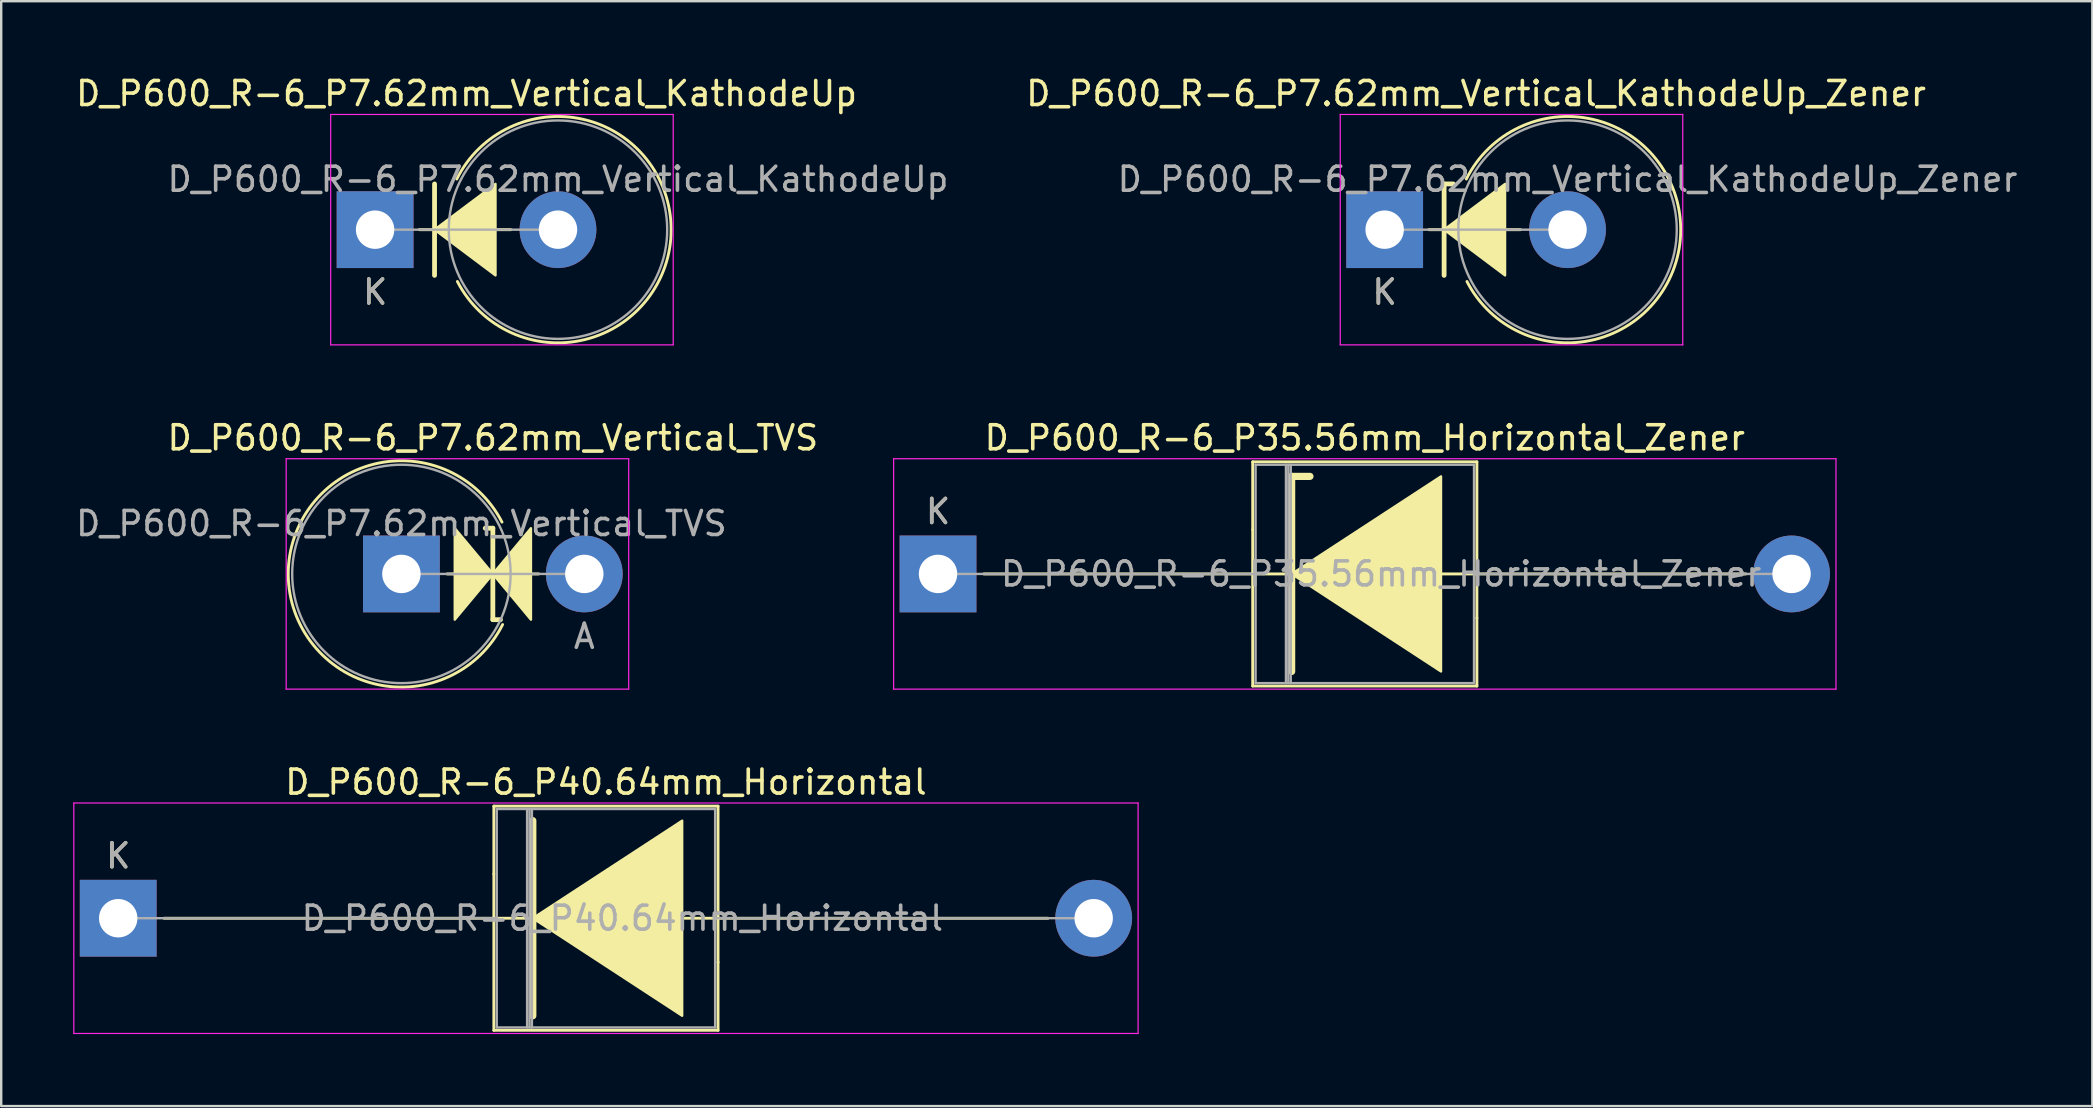
<source format=kicad_pcb>
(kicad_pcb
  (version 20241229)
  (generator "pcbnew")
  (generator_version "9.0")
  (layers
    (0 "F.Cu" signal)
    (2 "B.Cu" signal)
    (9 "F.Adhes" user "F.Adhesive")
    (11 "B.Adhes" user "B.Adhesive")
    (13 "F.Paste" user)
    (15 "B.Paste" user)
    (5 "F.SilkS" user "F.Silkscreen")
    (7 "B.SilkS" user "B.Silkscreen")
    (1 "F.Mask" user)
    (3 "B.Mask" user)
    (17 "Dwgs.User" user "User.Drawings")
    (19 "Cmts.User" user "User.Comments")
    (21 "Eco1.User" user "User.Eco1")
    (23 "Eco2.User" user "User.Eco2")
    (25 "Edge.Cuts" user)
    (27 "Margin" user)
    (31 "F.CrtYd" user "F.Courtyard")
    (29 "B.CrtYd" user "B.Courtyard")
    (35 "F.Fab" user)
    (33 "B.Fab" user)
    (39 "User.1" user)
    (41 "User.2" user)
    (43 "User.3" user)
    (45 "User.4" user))
  (footprint "D_P600_R-6_P7.62mm_Vertical_TVS"
    (layer "F.Cu")
    (at 13.673 20.861)
    (property "Reference" "D_P600_R-6_P7.62mm_Vertical_TVS" (at 3.81 -5.67 0) (layer "F.SilkS") (effects (font (size 1 1) (thickness 0.15))))
    (attr through_hole)
    (fp_line (start 1.905 0) (end 5.72 0) (stroke (width 0.12) (type solid)) (layer "F.SilkS"))
    (fp_line (start 3.493 -1.905) (end 3.81 -1.905) (stroke (width 0.2) (type solid)) (layer "F.SilkS"))
    (fp_line (start 3.81 -1.905) (end 3.81 1.905) (stroke (width 0.2) (type solid)) (layer "F.SilkS"))
    (fp_line (start 3.81 1.905) (end 4.128 1.905) (stroke (width 0.2) (type solid)) (layer "F.SilkS"))
    (fp_arc (start 4.216705 2.108353) (mid -4.714334 0.028398) (end 4.190999 -2.158999) (stroke (width 0.12) (type solid)) (layer "F.SilkS"))
    (fp_poly (pts (xy 2.223 -1.905) (xy 3.81 0) (xy 2.223 1.905)) (stroke (width 0.1) (type solid)) (fill yes) (layer "F.SilkS"))
    (fp_poly (pts (xy 5.397 1.905) (xy 3.81 0) (xy 5.397 -1.905)) (stroke (width 0.1) (type solid)) (fill yes) (layer "F.SilkS"))
    (fp_line (start -4.8 -4.8) (end -4.8 4.8) (stroke (width 0.05) (type solid)) (layer "F.CrtYd"))
    (fp_line (start -4.8 4.8) (end 9.47 4.8) (stroke (width 0.05) (type solid)) (layer "F.CrtYd"))
    (fp_line (start 9.47 -4.8) (end -4.8 -4.8) (stroke (width 0.05) (type solid)) (layer "F.CrtYd"))
    (fp_line (start 9.47 4.8) (end 9.47 -4.8) (stroke (width 0.05) (type solid)) (layer "F.CrtYd"))
    (fp_line (start 0 0) (end 7.62 0) (stroke (width 0.1) (type solid)) (layer "F.Fab"))
    (fp_circle (center 0 0) (end 4.55 0) (stroke (width 0.1) (type solid)) (fill no) (layer "F.Fab"))
    (fp_text user "A" (at 7.62 2.6 0) (layer "F.Fab") (effects (font (size 1 1) (thickness 0.15))))
    (fp_text user "${REFERENCE}" (at 0 -2.1 0) (layer "F.Fab") (effects (font (size 1 1) (thickness 0.15))))
    (pad "1" thru_hole rect (at 0 0) (size 3.2 3.2) (drill 1.6) (layers "*.Cu" "*.Mask"))
    (pad "2" thru_hole oval (at 7.62 0) (size 3.2 3.2) (drill 1.6) (layers "*.Cu" "*.Mask")))
  (footprint "D_P600_R-6_P7.62mm_Vertical_KathodeUp"
    (layer "F.Cu")
    (at 12.577 6.518)
    (property "Reference" "D_P600_R-6_P7.62mm_Vertical_KathodeUp" (at 3.81 -5.67 0) (layer "F.SilkS") (effects (font (size 1 1) (thickness 0.15))))
    (attr through_hole)
    (fp_line (start 1.841 0) (end 5.657 0) (stroke (width 0.12) (type solid)) (layer "F.SilkS"))
    (fp_line (start 2.477 -1.905) (end 2.477 1.905) (stroke (width 0.2) (type solid)) (layer "F.SilkS"))
    (fp_arc (start 3.403294 -2.108352) (mid 12.334333 -0.028397) (end 3.429 2.159) (stroke (width 0.12) (type solid)) (layer "F.SilkS"))
    (fp_poly (pts (xy 5.016 1.905) (xy 2.477 0) (xy 5.016 -1.905)) (stroke (width 0.1) (type solid)) (fill yes) (layer "F.SilkS"))
    (fp_line (start -1.85 -4.8) (end -1.85 4.8) (stroke (width 0.05) (type solid)) (layer "F.CrtYd"))
    (fp_line (start -1.85 4.8) (end 12.42 4.8) (stroke (width 0.05) (type solid)) (layer "F.CrtYd"))
    (fp_line (start 12.42 -4.8) (end -1.85 -4.8) (stroke (width 0.05) (type solid)) (layer "F.CrtYd"))
    (fp_line (start 12.42 4.8) (end 12.42 -4.8) (stroke (width 0.05) (type solid)) (layer "F.CrtYd"))
    (fp_line (start 0 0) (end 7.62 0) (stroke (width 0.1) (type solid)) (layer "F.Fab"))
    (fp_circle (center 7.62 0) (end 12.17 0) (stroke (width 0.1) (type solid)) (fill no) (layer "F.Fab"))
    (fp_text user "K" (at 0 2.6 0) (layer "F.SilkS") (effects (font (size 1 1) (thickness 0.15))))
    (fp_text user "${REFERENCE}" (at 7.62 -2.1 0) (layer "F.Fab") (effects (font (size 1 1) (thickness 0.15))))
    (fp_text user "K" (at 0 2.6 0) (layer "F.Fab") (effects (font (size 1 1) (thickness 0.15))))
    (pad "1" thru_hole rect (at 0 0) (size 3.2 3.2) (drill 1.6) (layers "*.Cu" "*.Mask"))
    (pad "2" thru_hole oval (at 7.62 0) (size 3.2 3.2) (drill 1.6) (layers "*.Cu" "*.Mask")))
  (footprint "D_P600_R-6_P35.56mm_Horizontal_Zener"
    (layer "F.Cu")
    (at 36.03 20.861)
    (property "Reference" "D_P600_R-6_P35.56mm_Horizontal_Zener" (at 17.78 -5.67 0) (layer "F.SilkS") (effects (font (size 1 1) (thickness 0.15))))
    (attr through_hole)
    (fp_line (start 13.11 -4.67) (end 22.45 -4.67) (stroke (width 0.12) (type solid)) (layer "F.SilkS"))
    (fp_line (start 13.11 -1.84) (end 13.11 -4.67) (stroke (width 0.12) (type solid)) (layer "F.SilkS"))
    (fp_line (start 13.11 -1.84) (end 13.11 4.67) (stroke (width 0.12) (type solid)) (layer "F.SilkS"))
    (fp_line (start 13.11 4.67) (end 22.45 4.67) (stroke (width 0.12) (type solid)) (layer "F.SilkS"))
    (fp_line (start 14.605 0) (end 1.905 0) (stroke (width 0.12) (type solid)) (layer "F.SilkS"))
    (fp_line (start 14.732 -4.064) (end 14.732 4.064) (stroke (width 0.3) (type solid)) (layer "F.SilkS"))
    (fp_line (start 14.732 -4.064) (end 15.494 -4.064) (stroke (width 0.3) (type solid)) (layer "F.SilkS"))
    (fp_line (start 20.828 0) (end 33.655 0) (stroke (width 0.12) (type solid)) (layer "F.SilkS"))
    (fp_line (start 22.45 -4.67) (end 22.45 1.84) (stroke (width 0.12) (type solid)) (layer "F.SilkS"))
    (fp_line (start 22.45 4.67) (end 22.45 1.84) (stroke (width 0.12) (type solid)) (layer "F.SilkS"))
    (fp_poly (pts (xy 20.955 4.064) (xy 14.732 0) (xy 20.955 -4.064)) (stroke (width 0.1) (type solid)) (fill yes) (layer "F.SilkS"))
    (fp_line (start -1.85 -4.8) (end -1.85 4.8) (stroke (width 0.05) (type solid)) (layer "F.CrtYd"))
    (fp_line (start -1.85 4.8) (end 37.41 4.8) (stroke (width 0.05) (type solid)) (layer "F.CrtYd"))
    (fp_line (start 37.41 -4.8) (end -1.85 -4.8) (stroke (width 0.05) (type solid)) (layer "F.CrtYd"))
    (fp_line (start 37.41 4.8) (end 37.41 -4.8) (stroke (width 0.05) (type solid)) (layer "F.CrtYd"))
    (fp_line (start 0 0) (end 13.23 0) (stroke (width 0.1) (type solid)) (layer "F.Fab"))
    (fp_line (start 13.23 -4.55) (end 13.23 4.55) (stroke (width 0.1) (type solid)) (layer "F.Fab"))
    (fp_line (start 13.23 4.55) (end 22.33 4.55) (stroke (width 0.1) (type solid)) (layer "F.Fab"))
    (fp_line (start 14.495 -4.55) (end 14.495 4.55) (stroke (width 0.1) (type solid)) (layer "F.Fab"))
    (fp_line (start 14.595 -4.55) (end 14.595 4.55) (stroke (width 0.1) (type solid)) (layer "F.Fab"))
    (fp_line (start 14.695 -4.55) (end 14.695 4.55) (stroke (width 0.1) (type solid)) (layer "F.Fab"))
    (fp_line (start 22.33 -4.55) (end 13.23 -4.55) (stroke (width 0.1) (type solid)) (layer "F.Fab"))
    (fp_line (start 22.33 4.55) (end 22.33 -4.55) (stroke (width 0.1) (type solid)) (layer "F.Fab"))
    (fp_line (start 35.56 0) (end 22.33 0) (stroke (width 0.1) (type solid)) (layer "F.Fab"))
    (fp_text user "K" (at 0 -2.6 0) (layer "F.SilkS") (effects (font (size 1 1) (thickness 0.15))))
    (fp_text user "${REFERENCE}" (at 18.462 0 0) (layer "F.Fab") (effects (font (size 1 1) (thickness 0.15))))
    (fp_text user "K" (at 0 -2.6 0) (layer "F.Fab") (effects (font (size 1 1) (thickness 0.15))))
    (pad "1" thru_hole rect (at 0 0) (size 3.2 3.2) (drill 1.6) (layers "*.Cu" "*.Mask"))
    (pad "2" thru_hole oval (at 35.56 0) (size 3.2 3.2) (drill 1.6) (layers "*.Cu" "*.Mask")))
  (footprint "D_P600_R-6_P40.64mm_Horizontal"
    (layer "F.Cu")
    (at 1.875 35.205)
    (property "Reference" "D_P600_R-6_P40.64mm_Horizontal" (at 20.32 -5.67 0) (layer "F.SilkS") (effects (font (size 1 1) (thickness 0.15))))
    (attr through_hole)
    (fp_line (start 15.65 -4.67) (end 24.99 -4.67) (stroke (width 0.12) (type solid)) (layer "F.SilkS"))
    (fp_line (start 15.65 -1.84) (end 15.65 -4.67) (stroke (width 0.12) (type solid)) (layer "F.SilkS"))
    (fp_line (start 15.65 -1.84) (end 15.65 4.67) (stroke (width 0.12) (type solid)) (layer "F.SilkS"))
    (fp_line (start 15.65 4.67) (end 24.99 4.67) (stroke (width 0.12) (type solid)) (layer "F.SilkS"))
    (fp_line (start 17.145 0) (end 1.905 0) (stroke (width 0.12) (type solid)) (layer "F.SilkS"))
    (fp_line (start 17.272 -4.064) (end 17.272 4.064) (stroke (width 0.3) (type solid)) (layer "F.SilkS"))
    (fp_line (start 23.368 0) (end 38.735 0) (stroke (width 0.12) (type solid)) (layer "F.SilkS"))
    (fp_line (start 24.99 -4.67) (end 24.99 1.84) (stroke (width 0.12) (type solid)) (layer "F.SilkS"))
    (fp_line (start 24.99 4.67) (end 24.99 1.84) (stroke (width 0.12) (type solid)) (layer "F.SilkS"))
    (fp_poly (pts (xy 23.495 4.064) (xy 17.272 0) (xy 23.495 -4.064)) (stroke (width 0.1) (type solid)) (fill yes) (layer "F.SilkS"))
    (fp_line (start -1.85 -4.8) (end -1.85 4.8) (stroke (width 0.05) (type solid)) (layer "F.CrtYd"))
    (fp_line (start -1.85 4.8) (end 42.49 4.8) (stroke (width 0.05) (type solid)) (layer "F.CrtYd"))
    (fp_line (start 42.49 -4.8) (end -1.85 -4.8) (stroke (width 0.05) (type solid)) (layer "F.CrtYd"))
    (fp_line (start 42.49 4.8) (end 42.49 -4.8) (stroke (width 0.05) (type solid)) (layer "F.CrtYd"))
    (fp_line (start 0 0) (end 15.77 0) (stroke (width 0.1) (type solid)) (layer "F.Fab"))
    (fp_line (start 15.77 -4.55) (end 15.77 4.55) (stroke (width 0.1) (type solid)) (layer "F.Fab"))
    (fp_line (start 15.77 4.55) (end 24.87 4.55) (stroke (width 0.1) (type solid)) (layer "F.Fab"))
    (fp_line (start 17.035 -4.55) (end 17.035 4.55) (stroke (width 0.1) (type solid)) (layer "F.Fab"))
    (fp_line (start 17.135 -4.55) (end 17.135 4.55) (stroke (width 0.1) (type solid)) (layer "F.Fab"))
    (fp_line (start 17.235 -4.55) (end 17.235 4.55) (stroke (width 0.1) (type solid)) (layer "F.Fab"))
    (fp_line (start 24.87 -4.55) (end 15.77 -4.55) (stroke (width 0.1) (type solid)) (layer "F.Fab"))
    (fp_line (start 24.87 4.55) (end 24.87 -4.55) (stroke (width 0.1) (type solid)) (layer "F.Fab"))
    (fp_line (start 40.64 0) (end 24.87 0) (stroke (width 0.1) (type solid)) (layer "F.Fab"))
    (fp_text user "K" (at 0 -2.6 0) (layer "F.SilkS") (effects (font (size 1 1) (thickness 0.15))))
    (fp_text user "K" (at 0 -2.6 0) (layer "F.Fab") (effects (font (size 1 1) (thickness 0.15))))
    (fp_text user "${REFERENCE}" (at 21.003 0 0) (layer "F.Fab") (effects (font (size 1 1) (thickness 0.15))))
    (pad "1" thru_hole rect (at 0 0) (size 3.2 3.2) (drill 1.6) (layers "*.Cu" "*.Mask"))
    (pad "2" thru_hole oval (at 40.64 0) (size 3.2 3.2) (drill 1.6) (layers "*.Cu" "*.Mask")))
  (footprint "D_P600_R-6_P7.62mm_Vertical_KathodeUp_Zener"
    (layer "F.Cu")
    (at 54.637 6.518)
    (property "Reference" "D_P600_R-6_P7.62mm_Vertical_KathodeUp_Zener" (at 3.81 -5.67 0) (layer "F.SilkS") (effects (font (size 1 1) (thickness 0.15))))
    (attr through_hole)
    (fp_line (start 1.841 0) (end 5.657 0) (stroke (width 0.12) (type solid)) (layer "F.SilkS"))
    (fp_line (start 2.477 -1.905) (end 2.477 1.905) (stroke (width 0.2) (type solid)) (layer "F.SilkS"))
    (fp_line (start 2.477 -1.905) (end 2.857 -1.905) (stroke (width 0.2) (type solid)) (layer "F.SilkS"))
    (fp_arc (start 3.403294 -2.108352) (mid 12.334333 -0.028397) (end 3.429 2.159) (stroke (width 0.12) (type solid)) (layer "F.SilkS"))
    (fp_poly (pts (xy 5.016 1.905) (xy 2.477 0) (xy 5.016 -1.905)) (stroke (width 0.1) (type solid)) (fill yes) (layer "F.SilkS"))
    (fp_line (start -1.85 -4.8) (end -1.85 4.8) (stroke (width 0.05) (type solid)) (layer "F.CrtYd"))
    (fp_line (start -1.85 4.8) (end 12.42 4.8) (stroke (width 0.05) (type solid)) (layer "F.CrtYd"))
    (fp_line (start 12.42 -4.8) (end -1.85 -4.8) (stroke (width 0.05) (type solid)) (layer "F.CrtYd"))
    (fp_line (start 12.42 4.8) (end 12.42 -4.8) (stroke (width 0.05) (type solid)) (layer "F.CrtYd"))
    (fp_line (start 0 0) (end 7.62 0) (stroke (width 0.1) (type solid)) (layer "F.Fab"))
    (fp_circle (center 7.62 0) (end 12.17 0) (stroke (width 0.1) (type solid)) (fill no) (layer "F.Fab"))
    (fp_text user "K" (at 0 2.6 0) (layer "F.SilkS") (effects (font (size 1 1) (thickness 0.15))))
    (fp_text user "K" (at 0 2.6 0) (layer "F.Fab") (effects (font (size 1 1) (thickness 0.15))))
    (fp_text user "${REFERENCE}" (at 7.62 -2.1 0) (layer "F.Fab") (effects (font (size 1 1) (thickness 0.15))))
    (pad "1" thru_hole rect (at 0 0) (size 3.2 3.2) (drill 1.6) (layers "*.Cu" "*.Mask"))
    (pad "2" thru_hole oval (at 7.62 0) (size 3.2 3.2) (drill 1.6) (layers "*.Cu" "*.Mask")))
  (gr_rect
    (start -3 -3)
    (end 84.12 43.03)
    (stroke (width 0.1) (type default))
    (fill no)
    (layer "Edge.Cuts")))
</source>
